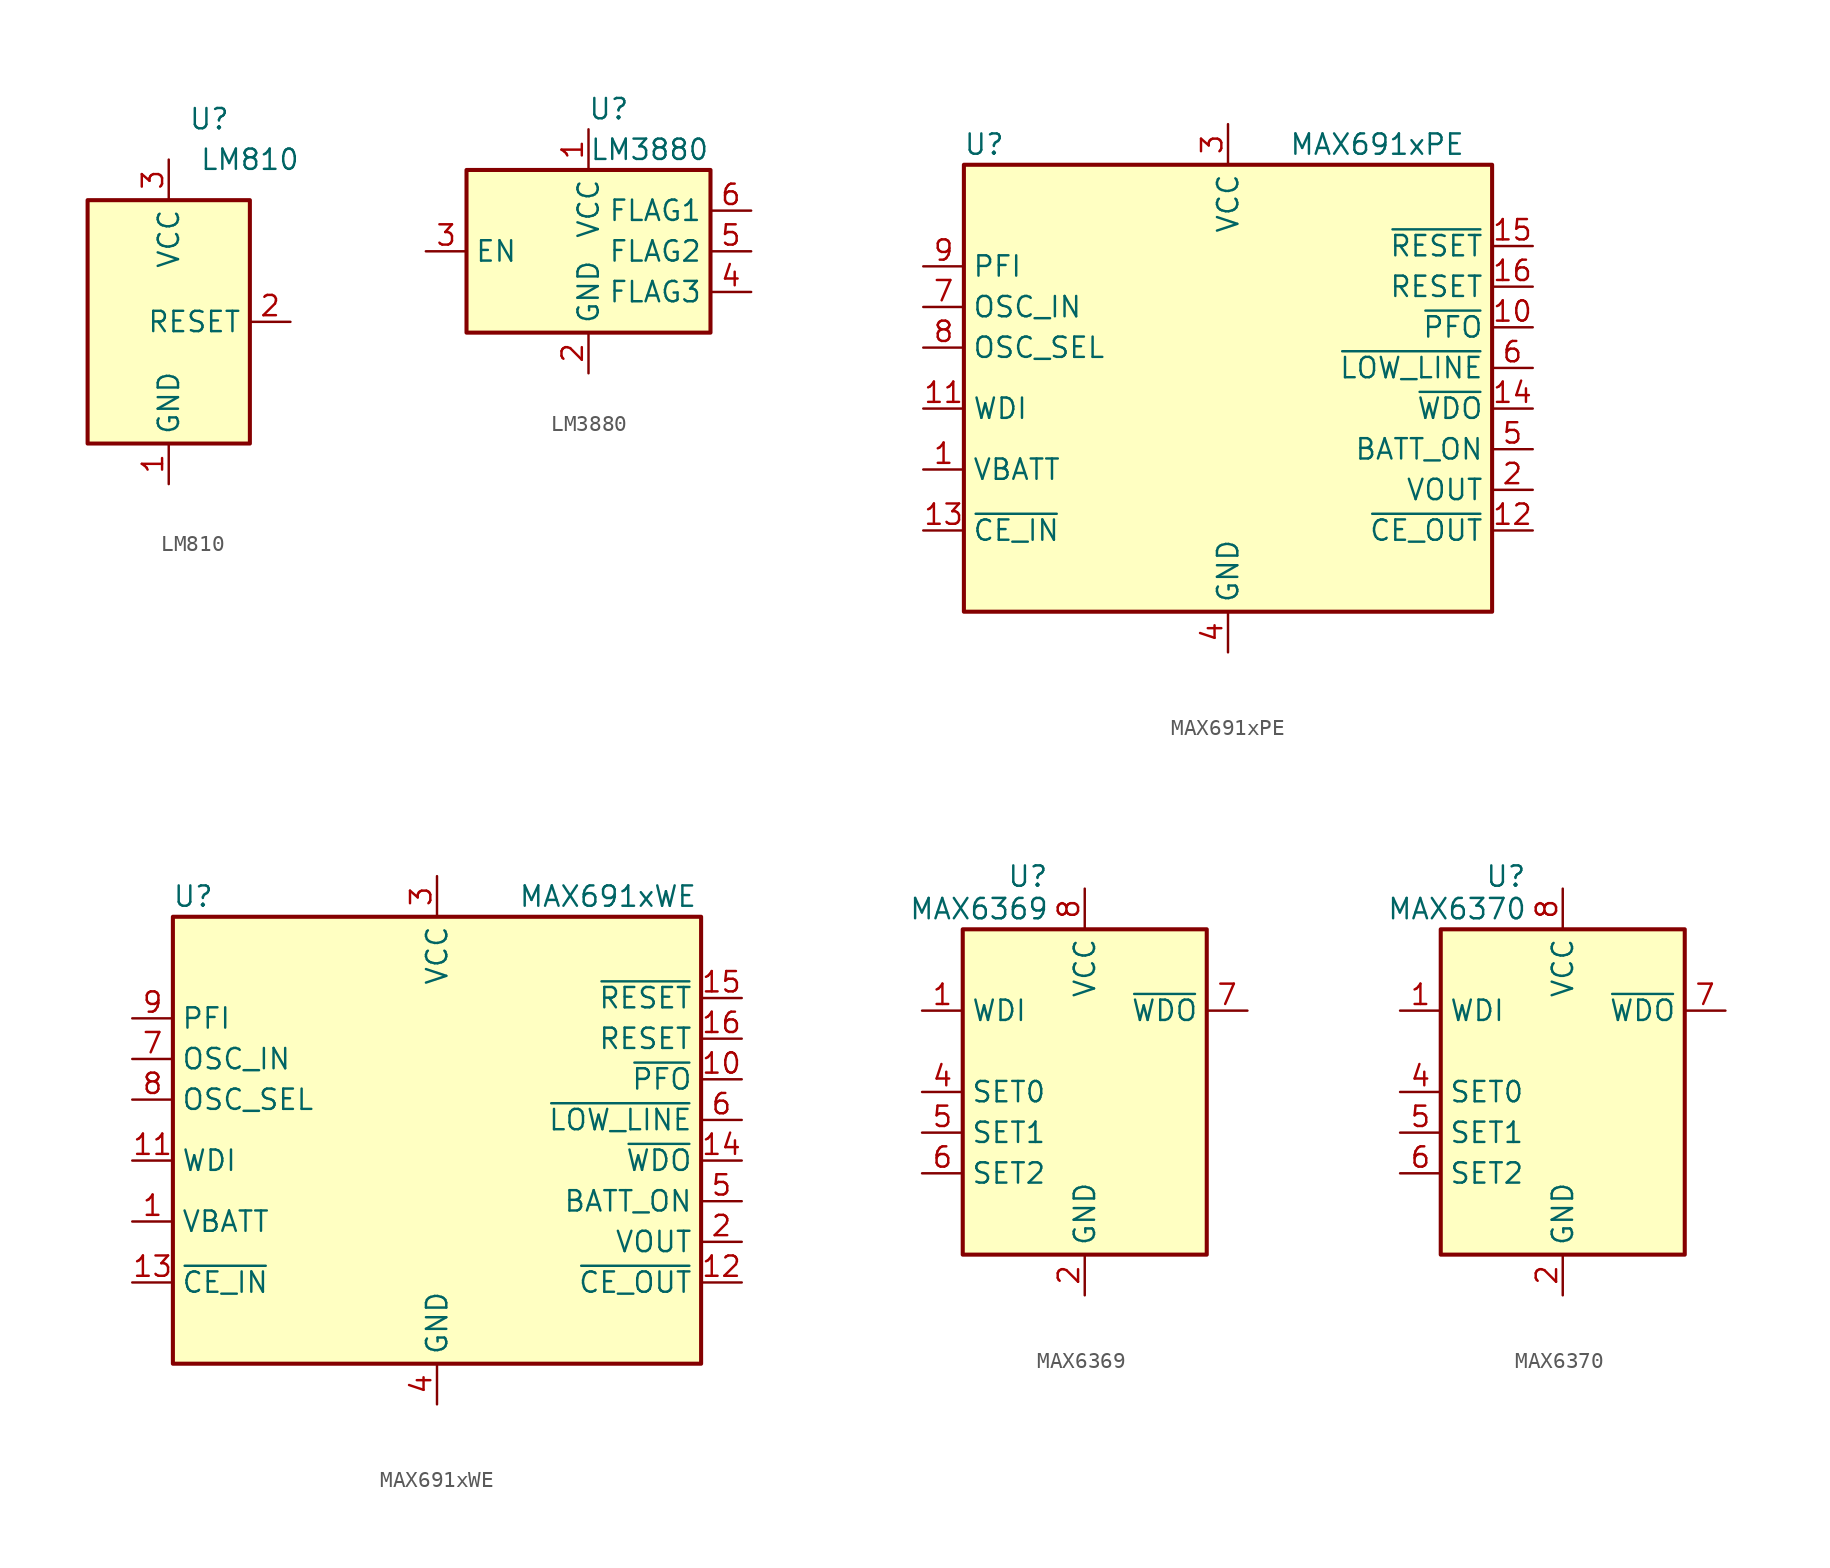
<source format=kicad_sym>
(kicad_symbol_lib
  (version 20201005)
  (generator kicad_symbol_editor)
  (symbol "Power_Supervisor:LM810"
    (property "Reference" "U"
      (at 2.54 12.7 0)
      (effects (font (size 1.27 1.27))))
    (property "Value" "LM810"
      (at 5.08 10.16 0)
      (effects (font (size 1.27 1.27))))
    (symbol "LM810_0_1"
      (rectangle (start 5.08 7.62) (end -5.08 -7.62) (stroke (width 0.254)) (fill (type background))))
    (symbol "LM810_1_1"
      (pin power_in line (at 0 -10.16 90) (length 2.54) (name "GND" (effects (font (size 1.27 1.27)))) (number "1" (effects (font (size 1.27 1.27)))))
      (pin output line (at 7.62 0 180) (length 2.54) (name "RESET" (effects (font (size 1.27 1.27)))) (number "2" (effects (font (size 1.27 1.27)))))
      (pin power_in line (at 0 10.16 270) (length 2.54) (name "VCC" (effects (font (size 1.27 1.27)))) (number "3" (effects (font (size 1.27 1.27)))))))
  (symbol "Power_Supervisor:LM3880"
    (property "Reference" "U"
      (at 1.27 8.89 0)
      (effects (font (size 1.27 1.27))))
    (property "Value" "LM3880"
      (at 3.81 6.35 0)
      (effects (font (size 1.27 1.27))))
    (symbol "LM3880_0_1"
      (rectangle (start -7.62 5.08) (end 7.62 -5.08) (stroke (width 0.254)) (fill (type background))))
    (symbol "LM3880_1_1"
      (pin power_in line (at 0 7.62 270) (length 2.54) (name "VCC" (effects (font (size 1.27 1.27)))) (number "1" (effects (font (size 1.27 1.27)))))
      (pin power_in line (at 0 -7.62 90) (length 2.54) (name "GND" (effects (font (size 1.27 1.27)))) (number "2" (effects (font (size 1.27 1.27)))))
      (pin input line (at -10.16 0 0) (length 2.54) (name "EN" (effects (font (size 1.27 1.27)))) (number "3" (effects (font (size 1.27 1.27)))))
      (pin open_collector line (at 10.16 -2.54 180) (length 2.54) (name "FLAG3" (effects (font (size 1.27 1.27)))) (number "4" (effects (font (size 1.27 1.27)))))
      (pin open_collector line (at 10.16 0 180) (length 2.54) (name "FLAG2" (effects (font (size 1.27 1.27)))) (number "5" (effects (font (size 1.27 1.27)))))
      (pin open_collector line (at 10.16 2.54 180) (length 2.54) (name "FLAG1" (effects (font (size 1.27 1.27)))) (number "6" (effects (font (size 1.27 1.27)))))))
  (symbol "Power_Supervisor:MAX691xPE"
    (property "Reference" "U"
      (at -15.24 13.97 0)
      (effects (font (size 1.27 1.27))))
    (property "Value" "MAX691xPE"
      (at 3.81 13.97 0)
      (effects (font (size 1.27 1.27)) (justify left)))
    (symbol "MAX691xPE_0_1"
      (rectangle (start 16.51 12.7) (end -16.51 -15.24) (stroke (width 0.254)) (fill (type background))))
    (symbol "MAX691xPE_1_1"
      (pin power_in line (at -19.05 -6.35 0) (length 2.54) (name "VBATT" (effects (font (size 1.27 1.27)))) (number "1" (effects (font (size 1.27 1.27)))))
      (pin output line (at 19.05 2.54 180) (length 2.54) (name "~PFO" (effects (font (size 1.27 1.27)))) (number "10" (effects (font (size 1.27 1.27)))))
      (pin input line (at -19.05 -2.54 0) (length 2.54) (name "WDI" (effects (font (size 1.27 1.27)))) (number "11" (effects (font (size 1.27 1.27)))))
      (pin output line (at 19.05 -10.16 180) (length 2.54) (name "~CE_OUT" (effects (font (size 1.27 1.27)))) (number "12" (effects (font (size 1.27 1.27)))))
      (pin input line (at -19.05 -10.16 0) (length 2.54) (name "~CE_IN" (effects (font (size 1.27 1.27)))) (number "13" (effects (font (size 1.27 1.27)))))
      (pin output line (at 19.05 -2.54 180) (length 2.54) (name "~WDO" (effects (font (size 1.27 1.27)))) (number "14" (effects (font (size 1.27 1.27)))))
      (pin output line (at 19.05 7.62 180) (length 2.54) (name "~RESET" (effects (font (size 1.27 1.27)))) (number "15" (effects (font (size 1.27 1.27)))))
      (pin output line (at 19.05 5.08 180) (length 2.54) (name "RESET" (effects (font (size 1.27 1.27)))) (number "16" (effects (font (size 1.27 1.27)))))
      (pin power_out line (at 19.05 -7.62 180) (length 2.54) (name "VOUT" (effects (font (size 1.27 1.27)))) (number "2" (effects (font (size 1.27 1.27)))))
      (pin power_in line (at 0 15.24 270) (length 2.54) (name "VCC" (effects (font (size 1.27 1.27)))) (number "3" (effects (font (size 1.27 1.27)))))
      (pin power_in line (at 0 -17.78 90) (length 2.54) (name "GND" (effects (font (size 1.27 1.27)))) (number "4" (effects (font (size 1.27 1.27)))))
      (pin output line (at 19.05 -5.08 180) (length 2.54) (name "BATT_ON" (effects (font (size 1.27 1.27)))) (number "5" (effects (font (size 1.27 1.27)))))
      (pin output line (at 19.05 0 180) (length 2.54) (name "~LOW_LINE" (effects (font (size 1.27 1.27)))) (number "6" (effects (font (size 1.27 1.27)))))
      (pin input line (at -19.05 3.81 0) (length 2.54) (name "OSC_IN" (effects (font (size 1.27 1.27)))) (number "7" (effects (font (size 1.27 1.27)))))
      (pin input line (at -19.05 1.27 0) (length 2.54) (name "OSC_SEL" (effects (font (size 1.27 1.27)))) (number "8" (effects (font (size 1.27 1.27)))))
      (pin input line (at -19.05 6.35 0) (length 2.54) (name "PFI" (effects (font (size 1.27 1.27)))) (number "9" (effects (font (size 1.27 1.27)))))))
  (symbol "Power_Supervisor:MAX691xWE"
    (property "Reference" "U"
      (at -15.24 13.97 0)
      (effects (font (size 1.27 1.27))))
    (property "Value" "MAX691xWE"
      (at 5.08 13.97 0)
      (effects (font (size 1.27 1.27)) (justify left)))
    (symbol "MAX691xWE_0_1"
      (rectangle (start 16.51 12.7) (end -16.51 -15.24) (stroke (width 0.254)) (fill (type background))))
    (symbol "MAX691xWE_1_1"
      (pin power_in line (at -19.05 -6.35 0) (length 2.54) (name "VBATT" (effects (font (size 1.27 1.27)))) (number "1" (effects (font (size 1.27 1.27)))))
      (pin output line (at 19.05 2.54 180) (length 2.54) (name "~PFO" (effects (font (size 1.27 1.27)))) (number "10" (effects (font (size 1.27 1.27)))))
      (pin input line (at -19.05 -2.54 0) (length 2.54) (name "WDI" (effects (font (size 1.27 1.27)))) (number "11" (effects (font (size 1.27 1.27)))))
      (pin output line (at 19.05 -10.16 180) (length 2.54) (name "~CE_OUT" (effects (font (size 1.27 1.27)))) (number "12" (effects (font (size 1.27 1.27)))))
      (pin input line (at -19.05 -10.16 0) (length 2.54) (name "~CE_IN" (effects (font (size 1.27 1.27)))) (number "13" (effects (font (size 1.27 1.27)))))
      (pin output line (at 19.05 -2.54 180) (length 2.54) (name "~WDO" (effects (font (size 1.27 1.27)))) (number "14" (effects (font (size 1.27 1.27)))))
      (pin output line (at 19.05 7.62 180) (length 2.54) (name "~RESET" (effects (font (size 1.27 1.27)))) (number "15" (effects (font (size 1.27 1.27)))))
      (pin output line (at 19.05 5.08 180) (length 2.54) (name "RESET" (effects (font (size 1.27 1.27)))) (number "16" (effects (font (size 1.27 1.27)))))
      (pin power_out line (at 19.05 -7.62 180) (length 2.54) (name "VOUT" (effects (font (size 1.27 1.27)))) (number "2" (effects (font (size 1.27 1.27)))))
      (pin power_in line (at 0 15.24 270) (length 2.54) (name "VCC" (effects (font (size 1.27 1.27)))) (number "3" (effects (font (size 1.27 1.27)))))
      (pin power_in line (at 0 -17.78 90) (length 2.54) (name "GND" (effects (font (size 1.27 1.27)))) (number "4" (effects (font (size 1.27 1.27)))))
      (pin output line (at 19.05 -5.08 180) (length 2.54) (name "BATT_ON" (effects (font (size 1.27 1.27)))) (number "5" (effects (font (size 1.27 1.27)))))
      (pin output line (at 19.05 0 180) (length 2.54) (name "~LOW_LINE" (effects (font (size 1.27 1.27)))) (number "6" (effects (font (size 1.27 1.27)))))
      (pin input line (at -19.05 3.81 0) (length 2.54) (name "OSC_IN" (effects (font (size 1.27 1.27)))) (number "7" (effects (font (size 1.27 1.27)))))
      (pin input line (at -19.05 1.27 0) (length 2.54) (name "OSC_SEL" (effects (font (size 1.27 1.27)))) (number "8" (effects (font (size 1.27 1.27)))))
      (pin input line (at -19.05 6.35 0) (length 2.54) (name "PFI" (effects (font (size 1.27 1.27)))) (number "9" (effects (font (size 1.27 1.27)))))))
  (symbol "Power_Supervisor:MAX6369"
    (property "Reference" "U"
      (at -3.556 13.462 0)
      (effects (font (size 1.27 1.27))))
    (property "Value" "MAX6369"
      (at -6.604 11.43 0)
      (effects (font (size 1.27 1.27))))
    (symbol "MAX6369_0_1"
      (rectangle (start -7.62 10.16) (end 7.62 -10.16) (stroke (width 0.254)) (fill (type background))))
    (symbol "MAX6369_1_1"
      (pin input line (at -10.16 5.08 0) (length 2.54) (name "WDI" (effects (font (size 1.27 1.27)))) (number "1" (effects (font (size 1.27 1.27)))))
      (pin power_in line (at 0 -12.7 90) (length 2.54) (name "GND" (effects (font (size 1.27 1.27)))) (number "2" (effects (font (size 1.27 1.27)))))
      (pin no_connect line (at 7.62 -5.08 180) (length 2.54) hide (name "NC" (effects (font (size 1.27 1.27)))) (number "3" (effects (font (size 1.27 1.27)))))
      (pin input line (at -10.16 0 0) (length 2.54) (name "SET0" (effects (font (size 1.27 1.27)))) (number "4" (effects (font (size 1.27 1.27)))))
      (pin input line (at -10.16 -2.54 0) (length 2.54) (name "SET1" (effects (font (size 1.27 1.27)))) (number "5" (effects (font (size 1.27 1.27)))))
      (pin input line (at -10.16 -5.08 0) (length 2.54) (name "SET2" (effects (font (size 1.27 1.27)))) (number "6" (effects (font (size 1.27 1.27)))))
      (pin open_collector line (at 10.16 5.08 180) (length 2.54) (name "~WDO" (effects (font (size 1.27 1.27)))) (number "7" (effects (font (size 1.27 1.27)))))
      (pin power_in line (at 0 12.7 270) (length 2.54) (name "VCC" (effects (font (size 1.27 1.27)))) (number "8" (effects (font (size 1.27 1.27)))))))
  (symbol "Power_Supervisor:MAX6370"
    (property "Reference" "U"
      (at -3.556 13.462 0)
      (effects (font (size 1.27 1.27))))
    (property "Value" "MAX6370"
      (at -6.604 11.43 0)
      (effects (font (size 1.27 1.27))))
    (symbol "MAX6370_0_1"
      (rectangle (start -7.62 10.16) (end 7.62 -10.16) (stroke (width 0.254)) (fill (type background))))
    (symbol "MAX6370_1_1"
      (pin input line (at -10.16 5.08 0) (length 2.54) (name "WDI" (effects (font (size 1.27 1.27)))) (number "1" (effects (font (size 1.27 1.27)))))
      (pin power_in line (at 0 -12.7 90) (length 2.54) (name "GND" (effects (font (size 1.27 1.27)))) (number "2" (effects (font (size 1.27 1.27)))))
      (pin no_connect line (at 7.62 -5.08 180) (length 2.54) hide (name "NC" (effects (font (size 1.27 1.27)))) (number "3" (effects (font (size 1.27 1.27)))))
      (pin input line (at -10.16 0 0) (length 2.54) (name "SET0" (effects (font (size 1.27 1.27)))) (number "4" (effects (font (size 1.27 1.27)))))
      (pin input line (at -10.16 -2.54 0) (length 2.54) (name "SET1" (effects (font (size 1.27 1.27)))) (number "5" (effects (font (size 1.27 1.27)))))
      (pin input line (at -10.16 -5.08 0) (length 2.54) (name "SET2" (effects (font (size 1.27 1.27)))) (number "6" (effects (font (size 1.27 1.27)))))
      (pin output line (at 10.16 5.08 180) (length 2.54) (name "~WDO" (effects (font (size 1.27 1.27)))) (number "7" (effects (font (size 1.27 1.27)))))
      (pin power_in line (at 0 12.7 270) (length 2.54) (name "VCC" (effects (font (size 1.27 1.27)))) (number "8" (effects (font (size 1.27 1.27))))))))
</source>
